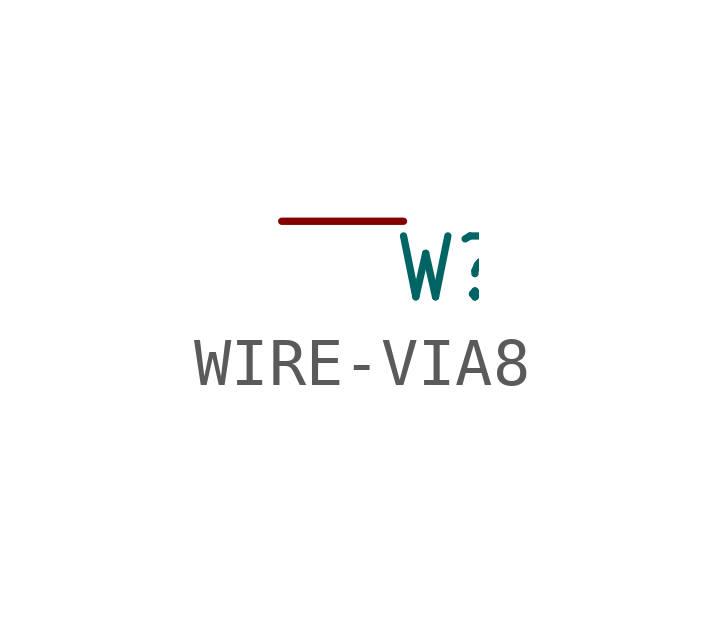
<source format=kicad_sym>
(kicad_symbol_lib
  (version 20211014)
  (generator kicad_symbol_editor)
  (symbol "WIRE-VIA8"
    (property "Reference" "W"
      (at 2.286 -0.254 0)
      (effects (font (size 1.27 1.079)) (justify left top)))
    (property "ki_locked" ""
      (at 0 0 0)
      (effects (font (size 1.27 1.27))))
    (symbol "WIRE-VIA8_1_0"
      (pin bidirectional line (at 0 0 0) (length 2.54) (name "P$1" (effects (font (size 0 0)))) (number "P$1" (effects (font (size 0 0))))))))
</source>
